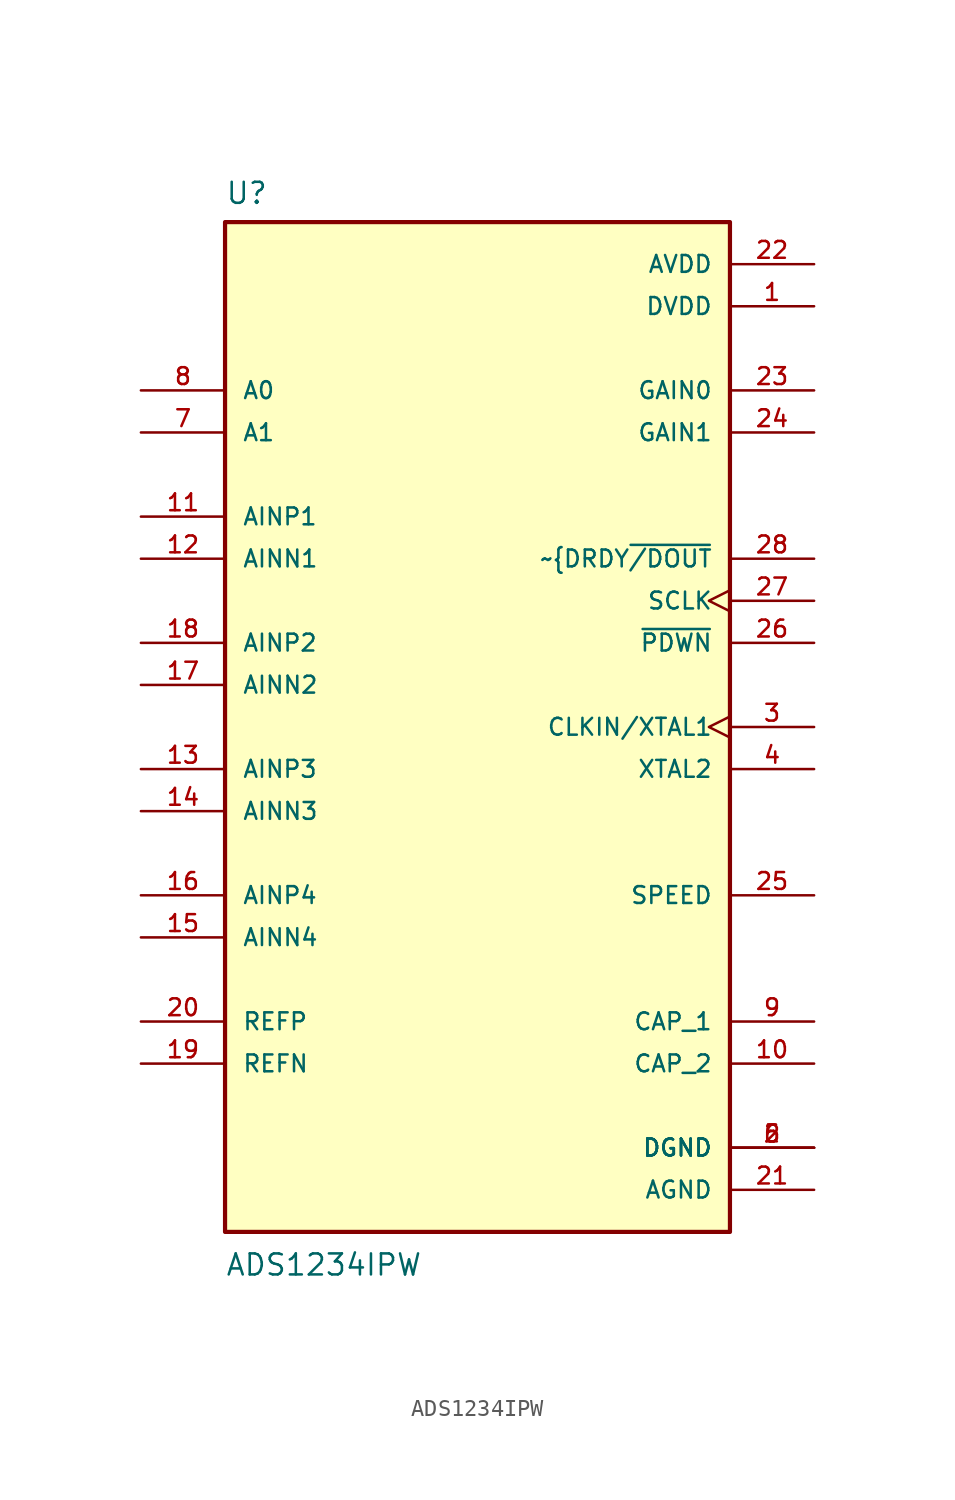
<source format=kicad_sym>
(kicad_symbol_lib
  (version 20211014)
  (generator kicad_symbol_editor)
  (symbol "ADS1234IPW"
    (pin_names
      (offset 1.016))
    (property "Reference" "U"
      (at -15.24 31.48 0.0)
      (effects (font (size 1.27 1.27)) (justify bottom left)))
    (property "Value" "ADS1234IPW"
      (at -15.24 -33.21 0.0)
      (effects (font (size 1.27 1.27)) (justify bottom left)))
    (symbol "ADS1234IPW_0_0"
      (rectangle (start -15.24 -30.48) (end 15.24 30.48) (stroke (width 0.254)) (fill (type background)))
      (pin input line (at 20.32 5.08 180.0) (length 5.08) (name "~{PDWN}" (effects (font (size 1.016 1.016)))) (number "26" (effects (font (size 1.016 1.016)))))
      (pin input line (at -20.32 20.32 0) (length 5.08) (name "A0" (effects (font (size 1.016 1.016)))) (number "8" (effects (font (size 1.016 1.016)))))
      (pin input line (at -20.32 17.78 0) (length 5.08) (name "A1" (effects (font (size 1.016 1.016)))) (number "7" (effects (font (size 1.016 1.016)))))
      (pin input line (at -20.32 10.16 0) (length 5.08) (name "AINN1" (effects (font (size 1.016 1.016)))) (number "12" (effects (font (size 1.016 1.016)))))
      (pin input line (at -20.32 2.54 0) (length 5.08) (name "AINN2" (effects (font (size 1.016 1.016)))) (number "17" (effects (font (size 1.016 1.016)))))
      (pin input line (at -20.32 -5.08 0) (length 5.08) (name "AINN3" (effects (font (size 1.016 1.016)))) (number "14" (effects (font (size 1.016 1.016)))))
      (pin input line (at -20.32 -12.7 0) (length 5.08) (name "AINN4" (effects (font (size 1.016 1.016)))) (number "15" (effects (font (size 1.016 1.016)))))
      (pin input line (at -20.32 12.7 0) (length 5.08) (name "AINP1" (effects (font (size 1.016 1.016)))) (number "11" (effects (font (size 1.016 1.016)))))
      (pin input line (at -20.32 5.08 0) (length 5.08) (name "AINP2" (effects (font (size 1.016 1.016)))) (number "18" (effects (font (size 1.016 1.016)))))
      (pin input line (at -20.32 -2.54 0) (length 5.08) (name "AINP3" (effects (font (size 1.016 1.016)))) (number "13" (effects (font (size 1.016 1.016)))))
      (pin input line (at -20.32 -10.16 0) (length 5.08) (name "AINP4" (effects (font (size 1.016 1.016)))) (number "16" (effects (font (size 1.016 1.016)))))
      (pin input clock (at 20.32 0.0 180.0) (length 5.08) (name "CLKIN/XTAL1" (effects (font (size 1.016 1.016)))) (number "3" (effects (font (size 1.016 1.016)))))
      (pin input line (at 20.32 20.32 180.0) (length 5.08) (name "GAIN0" (effects (font (size 1.016 1.016)))) (number "23" (effects (font (size 1.016 1.016)))))
      (pin input line (at 20.32 17.78 180.0) (length 5.08) (name "GAIN1" (effects (font (size 1.016 1.016)))) (number "24" (effects (font (size 1.016 1.016)))))
      (pin input line (at -20.32 -20.32 0) (length 5.08) (name "REFN" (effects (font (size 1.016 1.016)))) (number "19" (effects (font (size 1.016 1.016)))))
      (pin input line (at -20.32 -17.78 0) (length 5.08) (name "REFP" (effects (font (size 1.016 1.016)))) (number "20" (effects (font (size 1.016 1.016)))))
      (pin input clock (at 20.32 7.62 180.0) (length 5.08) (name "SCLK" (effects (font (size 1.016 1.016)))) (number "27" (effects (font (size 1.016 1.016)))))
      (pin input line (at 20.32 -10.16 180.0) (length 5.08) (name "SPEED" (effects (font (size 1.016 1.016)))) (number "25" (effects (font (size 1.016 1.016)))))
      (pin input line (at 20.32 -2.54 180.0) (length 5.08) (name "XTAL2" (effects (font (size 1.016 1.016)))) (number "4" (effects (font (size 1.016 1.016)))))
      (pin passive line (at 20.32 -17.78 180.0) (length 5.08) (name "CAP_1" (effects (font (size 1.016 1.016)))) (number "9" (effects (font (size 1.016 1.016)))))
      (pin power_in line (at 20.32 25.4 180.0) (length 5.08) (name "DVDD" (effects (font (size 1.016 1.016)))) (number "1" (effects (font (size 1.016 1.016)))))
      (pin power_in line (at 20.32 27.94 180.0) (length 5.08) (name "AVDD" (effects (font (size 1.016 1.016)))) (number "22" (effects (font (size 1.016 1.016)))))
      (pin output line (at 20.32 10.16 180.0) (length 5.08) (name "~{DRDY~{/DOUT}" (effects (font (size 1.016 1.016)))) (number "28" (effects (font (size 1.016 1.016)))))
      (pin power_in line (at 20.32 -25.4 180.0) (length 5.08) (name "DGND" (effects (font (size 1.016 1.016)))) (number "2" (effects (font (size 1.016 1.016)))))
      (pin power_in line (at 20.32 -25.4 180.0) (length 5.08) (name "DGND" (effects (font (size 1.016 1.016)))) (number "5" (effects (font (size 1.016 1.016)))))
      (pin power_in line (at 20.32 -25.4 180.0) (length 5.08) (name "DGND" (effects (font (size 1.016 1.016)))) (number "6" (effects (font (size 1.016 1.016)))))
      (pin power_in line (at 20.32 -27.94 180.0) (length 5.08) (name "AGND" (effects (font (size 1.016 1.016)))) (number "21" (effects (font (size 1.016 1.016)))))
      (pin passive line (at 20.32 -20.32 180.0) (length 5.08) (name "CAP_2" (effects (font (size 1.016 1.016)))) (number "10" (effects (font (size 1.016 1.016))))))))
</source>
